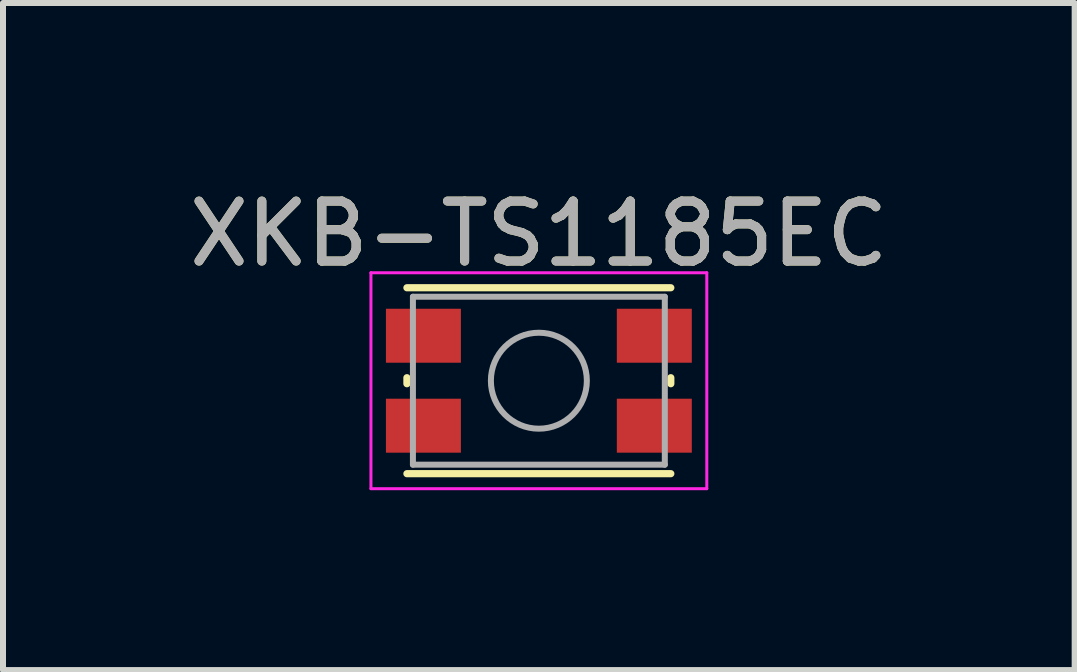
<source format=kicad_pcb>
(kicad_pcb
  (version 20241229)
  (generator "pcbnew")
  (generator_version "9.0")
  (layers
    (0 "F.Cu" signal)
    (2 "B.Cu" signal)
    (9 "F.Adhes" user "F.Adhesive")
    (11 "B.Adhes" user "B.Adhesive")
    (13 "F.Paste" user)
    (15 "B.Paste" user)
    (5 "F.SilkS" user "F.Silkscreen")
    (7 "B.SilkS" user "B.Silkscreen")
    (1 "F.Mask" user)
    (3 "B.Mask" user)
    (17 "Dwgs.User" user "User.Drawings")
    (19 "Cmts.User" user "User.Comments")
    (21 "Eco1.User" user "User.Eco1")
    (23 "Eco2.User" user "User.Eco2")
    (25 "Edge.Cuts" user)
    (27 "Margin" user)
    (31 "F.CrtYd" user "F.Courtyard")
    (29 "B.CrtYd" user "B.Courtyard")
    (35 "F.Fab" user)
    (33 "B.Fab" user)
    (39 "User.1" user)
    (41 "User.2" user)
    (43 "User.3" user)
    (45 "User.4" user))
  (footprint "XKB-TS1185EC"
    (layer "F.Cu")
    (at 5.935 3.298)
    (property "Reference" "XKB-TS1185EC" (at 0 -2.45 0) (layer "F.SilkS") (effects (font (size 1 1) (thickness 0.15))))
    (attr smd)
    (fp_line (start -2.2 0.05) (end -2.2 -0.05) (stroke (width 0.12) (type solid)) (layer "F.SilkS"))
    (fp_line (start -2.2 1.55) (end 2.2 1.55) (stroke (width 0.12) (type solid)) (layer "F.SilkS"))
    (fp_line (start 2.2 -1.55) (end -2.2 -1.55) (stroke (width 0.12) (type solid)) (layer "F.SilkS"))
    (fp_line (start 2.2 0.05) (end 2.2 -0.05) (stroke (width 0.12) (type solid)) (layer "F.SilkS"))
    (fp_line (start -2.8 -1.8) (end 2.8 -1.8) (stroke (width 0.05) (type solid)) (layer "F.CrtYd"))
    (fp_line (start -2.8 1.8) (end -2.8 -1.8) (stroke (width 0.05) (type solid)) (layer "F.CrtYd"))
    (fp_line (start 2.8 -1.8) (end 2.8 1.8) (stroke (width 0.05) (type solid)) (layer "F.CrtYd"))
    (fp_line (start 2.8 1.8) (end -2.8 1.8) (stroke (width 0.05) (type solid)) (layer "F.CrtYd"))
    (fp_line (start -2.1 -1.4) (end 2.1 -1.4) (stroke (width 0.1) (type solid)) (layer "F.Fab"))
    (fp_line (start -2.1 1.4) (end -2.1 -1.4) (stroke (width 0.1) (type solid)) (layer "F.Fab"))
    (fp_line (start 2.1 -1.4) (end 2.1 1.4) (stroke (width 0.1) (type solid)) (layer "F.Fab"))
    (fp_line (start 2.1 1.4) (end -2.1 1.4) (stroke (width 0.1) (type solid)) (layer "F.Fab"))
    (fp_circle (center 0 0) (end 0 0.8) (stroke (width 0.1) (type solid)) (fill no) (layer "F.Fab"))
    (fp_text user "${REFERENCE}" (at 0 -2.45 0) (layer "F.Fab") (effects (font (size 1 1) (thickness 0.15))))
    (pad "1" smd rect (at -1.925 -0.75) (size 1.25 0.9) (layers "F.Cu" "F.Mask" "F.Paste"))
    (pad "1" smd rect (at 1.925 -0.75) (size 1.25 0.9) (layers "F.Cu" "F.Mask" "F.Paste"))
    (pad "2" smd rect (at -1.925 0.75) (size 1.25 0.9) (layers "F.Cu" "F.Mask" "F.Paste"))
    (pad "2" smd rect (at 1.925 0.75) (size 1.25 0.9) (layers "F.Cu" "F.Mask" "F.Paste")))
  (gr_rect
    (start -3 -3)
    (end 14.869 8.123)
    (stroke (width 0.1) (type default))
    (fill no)
    (layer "Edge.Cuts")))
</source>
